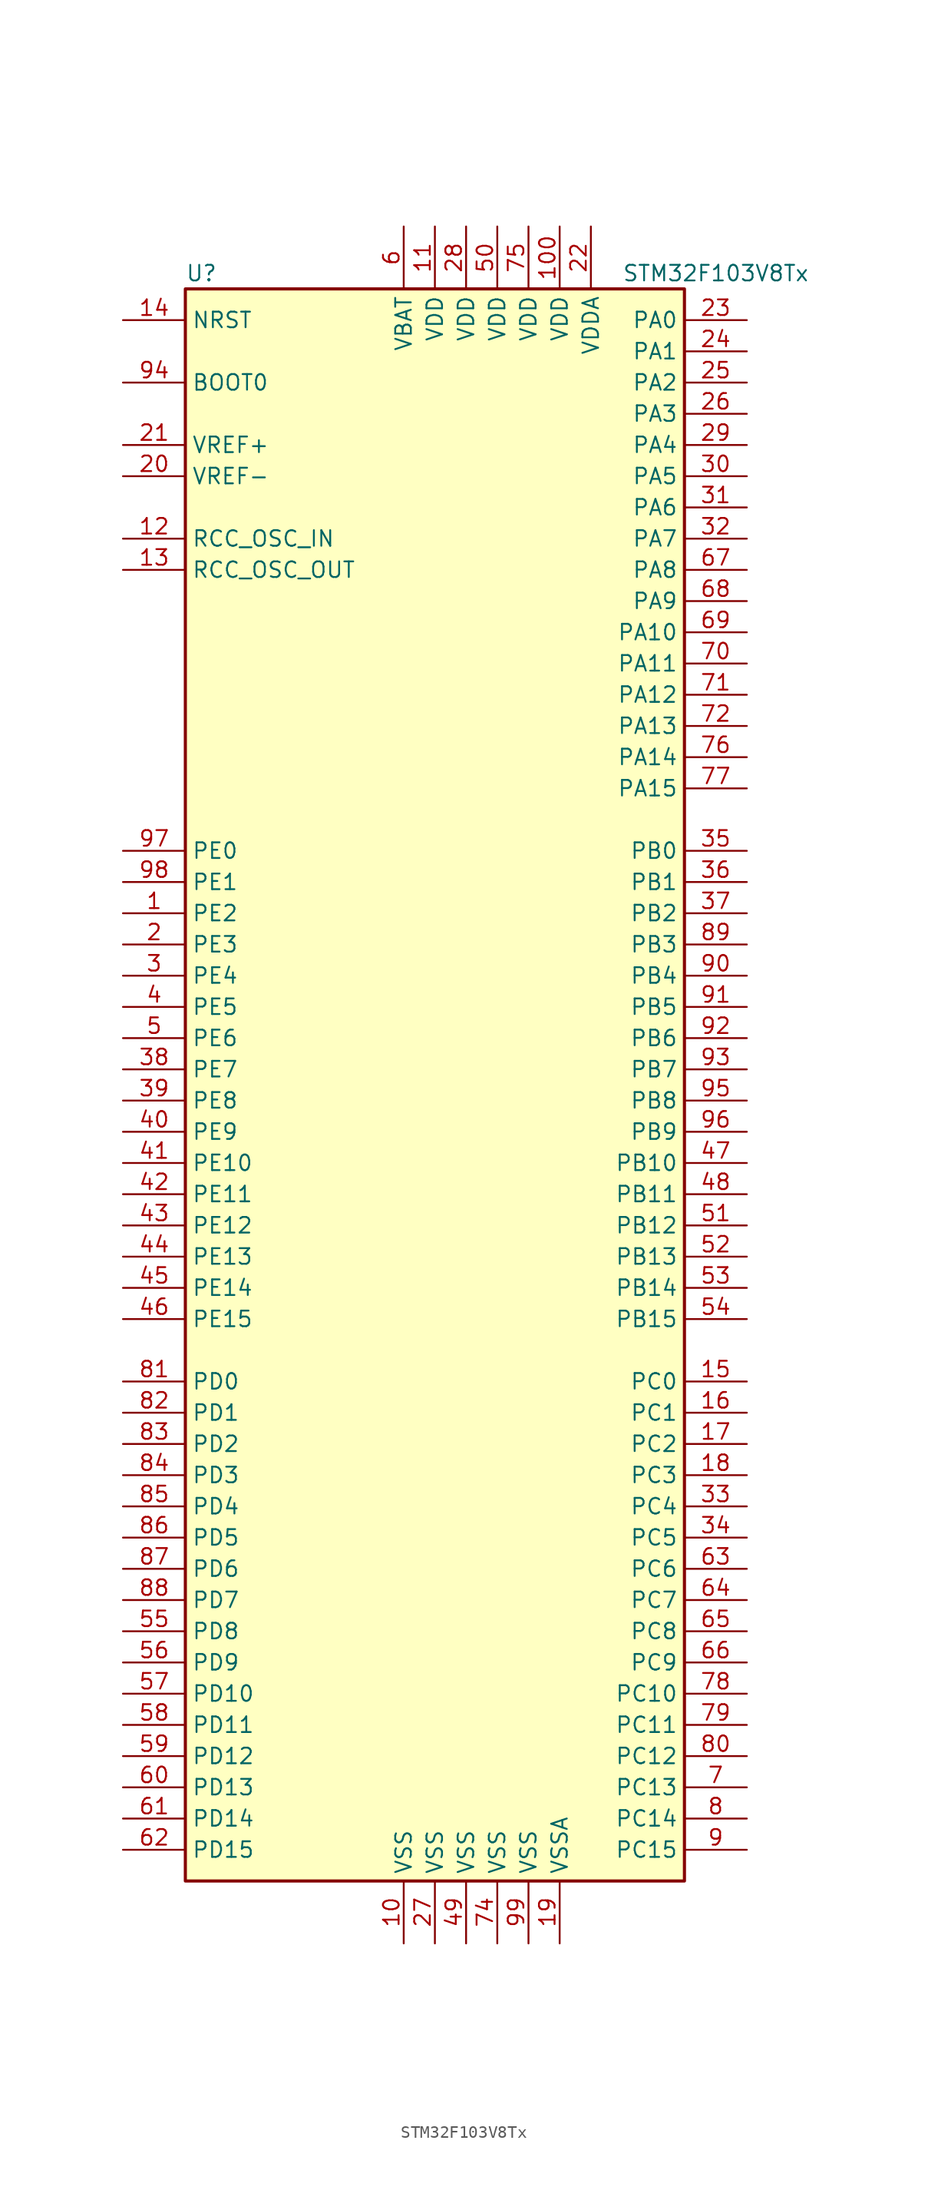
<source format=kicad_sym>
(kicad_symbol_lib
  (version 20201005)
  (generator kicad_symbol_editor)
  (symbol "STM32F103V8Tx"
    (property "Reference" "U"
      (at -20.32 64.77 0)
      (effects (font (size 1.27 1.27)) (justify left)))
    (property "Value" "STM32F103V8Tx"
      (at 15.24 64.77 0)
      (effects (font (size 1.27 1.27)) (justify left)))
    (symbol "STM32F103V8Tx_0_1"
      (rectangle (start -20.32 -66.04) (end 20.32 63.5) (stroke (width 0.254)) (fill (type background))))
    (symbol "STM32F103V8Tx_1_1"
      (pin bidirectional line (at -25.4 12.7 0) (length 5.08) (name "PE2" (effects (font (size 1.27 1.27)))) (number "1" (effects (font (size 1.27 1.27)))))
      (pin power_in line (at -2.54 -71.12 90) (length 5.08) (name "VSS" (effects (font (size 1.27 1.27)))) (number "10" (effects (font (size 1.27 1.27)))))
      (pin power_in line (at 10.16 68.58 270) (length 5.08) (name "VDD" (effects (font (size 1.27 1.27)))) (number "100" (effects (font (size 1.27 1.27)))))
      (pin power_in line (at 0 68.58 270) (length 5.08) (name "VDD" (effects (font (size 1.27 1.27)))) (number "11" (effects (font (size 1.27 1.27)))))
      (pin input line (at -25.4 43.18 0) (length 5.08) (name "RCC_OSC_IN" (effects (font (size 1.27 1.27)))) (number "12" (effects (font (size 1.27 1.27)))))
      (pin input line (at -25.4 40.64 0) (length 5.08) (name "RCC_OSC_OUT" (effects (font (size 1.27 1.27)))) (number "13" (effects (font (size 1.27 1.27)))))
      (pin input line (at -25.4 60.96 0) (length 5.08) (name "NRST" (effects (font (size 1.27 1.27)))) (number "14" (effects (font (size 1.27 1.27)))))
      (pin bidirectional line (at 25.4 -25.4 180) (length 5.08) (name "PC0" (effects (font (size 1.27 1.27)))) (number "15" (effects (font (size 1.27 1.27)))))
      (pin bidirectional line (at 25.4 -27.94 180) (length 5.08) (name "PC1" (effects (font (size 1.27 1.27)))) (number "16" (effects (font (size 1.27 1.27)))))
      (pin bidirectional line (at 25.4 -30.48 180) (length 5.08) (name "PC2" (effects (font (size 1.27 1.27)))) (number "17" (effects (font (size 1.27 1.27)))))
      (pin bidirectional line (at 25.4 -33.02 180) (length 5.08) (name "PC3" (effects (font (size 1.27 1.27)))) (number "18" (effects (font (size 1.27 1.27)))))
      (pin power_in line (at 10.16 -71.12 90) (length 5.08) (name "VSSA" (effects (font (size 1.27 1.27)))) (number "19" (effects (font (size 1.27 1.27)))))
      (pin bidirectional line (at -25.4 10.16 0) (length 5.08) (name "PE3" (effects (font (size 1.27 1.27)))) (number "2" (effects (font (size 1.27 1.27)))))
      (pin power_in line (at -25.4 48.26 0) (length 5.08) (name "VREF-" (effects (font (size 1.27 1.27)))) (number "20" (effects (font (size 1.27 1.27)))))
      (pin power_in line (at -25.4 50.8 0) (length 5.08) (name "VREF+" (effects (font (size 1.27 1.27)))) (number "21" (effects (font (size 1.27 1.27)))))
      (pin power_in line (at 12.7 68.58 270) (length 5.08) (name "VDDA" (effects (font (size 1.27 1.27)))) (number "22" (effects (font (size 1.27 1.27)))))
      (pin bidirectional line (at 25.4 60.96 180) (length 5.08) (name "PA0" (effects (font (size 1.27 1.27)))) (number "23" (effects (font (size 1.27 1.27)))))
      (pin bidirectional line (at 25.4 58.42 180) (length 5.08) (name "PA1" (effects (font (size 1.27 1.27)))) (number "24" (effects (font (size 1.27 1.27)))))
      (pin bidirectional line (at 25.4 55.88 180) (length 5.08) (name "PA2" (effects (font (size 1.27 1.27)))) (number "25" (effects (font (size 1.27 1.27)))))
      (pin bidirectional line (at 25.4 53.34 180) (length 5.08) (name "PA3" (effects (font (size 1.27 1.27)))) (number "26" (effects (font (size 1.27 1.27)))))
      (pin power_in line (at 0 -71.12 90) (length 5.08) (name "VSS" (effects (font (size 1.27 1.27)))) (number "27" (effects (font (size 1.27 1.27)))))
      (pin power_in line (at 2.54 68.58 270) (length 5.08) (name "VDD" (effects (font (size 1.27 1.27)))) (number "28" (effects (font (size 1.27 1.27)))))
      (pin bidirectional line (at 25.4 50.8 180) (length 5.08) (name "PA4" (effects (font (size 1.27 1.27)))) (number "29" (effects (font (size 1.27 1.27)))))
      (pin bidirectional line (at -25.4 7.62 0) (length 5.08) (name "PE4" (effects (font (size 1.27 1.27)))) (number "3" (effects (font (size 1.27 1.27)))))
      (pin bidirectional line (at 25.4 48.26 180) (length 5.08) (name "PA5" (effects (font (size 1.27 1.27)))) (number "30" (effects (font (size 1.27 1.27)))))
      (pin bidirectional line (at 25.4 45.72 180) (length 5.08) (name "PA6" (effects (font (size 1.27 1.27)))) (number "31" (effects (font (size 1.27 1.27)))))
      (pin bidirectional line (at 25.4 43.18 180) (length 5.08) (name "PA7" (effects (font (size 1.27 1.27)))) (number "32" (effects (font (size 1.27 1.27)))))
      (pin bidirectional line (at 25.4 -35.56 180) (length 5.08) (name "PC4" (effects (font (size 1.27 1.27)))) (number "33" (effects (font (size 1.27 1.27)))))
      (pin bidirectional line (at 25.4 -38.1 180) (length 5.08) (name "PC5" (effects (font (size 1.27 1.27)))) (number "34" (effects (font (size 1.27 1.27)))))
      (pin bidirectional line (at 25.4 17.78 180) (length 5.08) (name "PB0" (effects (font (size 1.27 1.27)))) (number "35" (effects (font (size 1.27 1.27)))))
      (pin bidirectional line (at 25.4 15.24 180) (length 5.08) (name "PB1" (effects (font (size 1.27 1.27)))) (number "36" (effects (font (size 1.27 1.27)))))
      (pin bidirectional line (at 25.4 12.7 180) (length 5.08) (name "PB2" (effects (font (size 1.27 1.27)))) (number "37" (effects (font (size 1.27 1.27)))))
      (pin bidirectional line (at -25.4 0 0) (length 5.08) (name "PE7" (effects (font (size 1.27 1.27)))) (number "38" (effects (font (size 1.27 1.27)))))
      (pin bidirectional line (at -25.4 -2.54 0) (length 5.08) (name "PE8" (effects (font (size 1.27 1.27)))) (number "39" (effects (font (size 1.27 1.27)))))
      (pin bidirectional line (at -25.4 5.08 0) (length 5.08) (name "PE5" (effects (font (size 1.27 1.27)))) (number "4" (effects (font (size 1.27 1.27)))))
      (pin bidirectional line (at -25.4 -5.08 0) (length 5.08) (name "PE9" (effects (font (size 1.27 1.27)))) (number "40" (effects (font (size 1.27 1.27)))))
      (pin bidirectional line (at -25.4 -7.62 0) (length 5.08) (name "PE10" (effects (font (size 1.27 1.27)))) (number "41" (effects (font (size 1.27 1.27)))))
      (pin bidirectional line (at -25.4 -10.16 0) (length 5.08) (name "PE11" (effects (font (size 1.27 1.27)))) (number "42" (effects (font (size 1.27 1.27)))))
      (pin bidirectional line (at -25.4 -12.7 0) (length 5.08) (name "PE12" (effects (font (size 1.27 1.27)))) (number "43" (effects (font (size 1.27 1.27)))))
      (pin bidirectional line (at -25.4 -15.24 0) (length 5.08) (name "PE13" (effects (font (size 1.27 1.27)))) (number "44" (effects (font (size 1.27 1.27)))))
      (pin bidirectional line (at -25.4 -17.78 0) (length 5.08) (name "PE14" (effects (font (size 1.27 1.27)))) (number "45" (effects (font (size 1.27 1.27)))))
      (pin bidirectional line (at -25.4 -20.32 0) (length 5.08) (name "PE15" (effects (font (size 1.27 1.27)))) (number "46" (effects (font (size 1.27 1.27)))))
      (pin bidirectional line (at 25.4 -7.62 180) (length 5.08) (name "PB10" (effects (font (size 1.27 1.27)))) (number "47" (effects (font (size 1.27 1.27)))))
      (pin bidirectional line (at 25.4 -10.16 180) (length 5.08) (name "PB11" (effects (font (size 1.27 1.27)))) (number "48" (effects (font (size 1.27 1.27)))))
      (pin power_in line (at 2.54 -71.12 90) (length 5.08) (name "VSS" (effects (font (size 1.27 1.27)))) (number "49" (effects (font (size 1.27 1.27)))))
      (pin bidirectional line (at -25.4 2.54 0) (length 5.08) (name "PE6" (effects (font (size 1.27 1.27)))) (number "5" (effects (font (size 1.27 1.27)))))
      (pin power_in line (at 5.08 68.58 270) (length 5.08) (name "VDD" (effects (font (size 1.27 1.27)))) (number "50" (effects (font (size 1.27 1.27)))))
      (pin bidirectional line (at 25.4 -12.7 180) (length 5.08) (name "PB12" (effects (font (size 1.27 1.27)))) (number "51" (effects (font (size 1.27 1.27)))))
      (pin bidirectional line (at 25.4 -15.24 180) (length 5.08) (name "PB13" (effects (font (size 1.27 1.27)))) (number "52" (effects (font (size 1.27 1.27)))))
      (pin bidirectional line (at 25.4 -17.78 180) (length 5.08) (name "PB14" (effects (font (size 1.27 1.27)))) (number "53" (effects (font (size 1.27 1.27)))))
      (pin bidirectional line (at 25.4 -20.32 180) (length 5.08) (name "PB15" (effects (font (size 1.27 1.27)))) (number "54" (effects (font (size 1.27 1.27)))))
      (pin bidirectional line (at -25.4 -45.72 0) (length 5.08) (name "PD8" (effects (font (size 1.27 1.27)))) (number "55" (effects (font (size 1.27 1.27)))))
      (pin bidirectional line (at -25.4 -48.26 0) (length 5.08) (name "PD9" (effects (font (size 1.27 1.27)))) (number "56" (effects (font (size 1.27 1.27)))))
      (pin bidirectional line (at -25.4 -50.8 0) (length 5.08) (name "PD10" (effects (font (size 1.27 1.27)))) (number "57" (effects (font (size 1.27 1.27)))))
      (pin bidirectional line (at -25.4 -53.34 0) (length 5.08) (name "PD11" (effects (font (size 1.27 1.27)))) (number "58" (effects (font (size 1.27 1.27)))))
      (pin bidirectional line (at -25.4 -55.88 0) (length 5.08) (name "PD12" (effects (font (size 1.27 1.27)))) (number "59" (effects (font (size 1.27 1.27)))))
      (pin power_in line (at -2.54 68.58 270) (length 5.08) (name "VBAT" (effects (font (size 1.27 1.27)))) (number "6" (effects (font (size 1.27 1.27)))))
      (pin bidirectional line (at -25.4 -58.42 0) (length 5.08) (name "PD13" (effects (font (size 1.27 1.27)))) (number "60" (effects (font (size 1.27 1.27)))))
      (pin bidirectional line (at -25.4 -60.96 0) (length 5.08) (name "PD14" (effects (font (size 1.27 1.27)))) (number "61" (effects (font (size 1.27 1.27)))))
      (pin bidirectional line (at -25.4 -63.5 0) (length 5.08) (name "PD15" (effects (font (size 1.27 1.27)))) (number "62" (effects (font (size 1.27 1.27)))))
      (pin bidirectional line (at 25.4 -40.64 180) (length 5.08) (name "PC6" (effects (font (size 1.27 1.27)))) (number "63" (effects (font (size 1.27 1.27)))))
      (pin bidirectional line (at 25.4 -43.18 180) (length 5.08) (name "PC7" (effects (font (size 1.27 1.27)))) (number "64" (effects (font (size 1.27 1.27)))))
      (pin bidirectional line (at 25.4 -45.72 180) (length 5.08) (name "PC8" (effects (font (size 1.27 1.27)))) (number "65" (effects (font (size 1.27 1.27)))))
      (pin bidirectional line (at 25.4 -48.26 180) (length 5.08) (name "PC9" (effects (font (size 1.27 1.27)))) (number "66" (effects (font (size 1.27 1.27)))))
      (pin bidirectional line (at 25.4 40.64 180) (length 5.08) (name "PA8" (effects (font (size 1.27 1.27)))) (number "67" (effects (font (size 1.27 1.27)))))
      (pin bidirectional line (at 25.4 38.1 180) (length 5.08) (name "PA9" (effects (font (size 1.27 1.27)))) (number "68" (effects (font (size 1.27 1.27)))))
      (pin bidirectional line (at 25.4 35.56 180) (length 5.08) (name "PA10" (effects (font (size 1.27 1.27)))) (number "69" (effects (font (size 1.27 1.27)))))
      (pin bidirectional line (at 25.4 -58.42 180) (length 5.08) (name "PC13" (effects (font (size 1.27 1.27)))) (number "7" (effects (font (size 1.27 1.27)))))
      (pin bidirectional line (at 25.4 33.02 180) (length 5.08) (name "PA11" (effects (font (size 1.27 1.27)))) (number "70" (effects (font (size 1.27 1.27)))))
      (pin bidirectional line (at 25.4 30.48 180) (length 5.08) (name "PA12" (effects (font (size 1.27 1.27)))) (number "71" (effects (font (size 1.27 1.27)))))
      (pin bidirectional line (at 25.4 27.94 180) (length 5.08) (name "PA13" (effects (font (size 1.27 1.27)))) (number "72" (effects (font (size 1.27 1.27)))))
      (pin no_connect line (at -20.32 -63.5 0) (length 5.08) hide (name "NC" (effects (font (size 1.27 1.27)))) (number "73" (effects (font (size 1.27 1.27)))))
      (pin power_in line (at 5.08 -71.12 90) (length 5.08) (name "VSS" (effects (font (size 1.27 1.27)))) (number "74" (effects (font (size 1.27 1.27)))))
      (pin power_in line (at 7.62 68.58 270) (length 5.08) (name "VDD" (effects (font (size 1.27 1.27)))) (number "75" (effects (font (size 1.27 1.27)))))
      (pin bidirectional line (at 25.4 25.4 180) (length 5.08) (name "PA14" (effects (font (size 1.27 1.27)))) (number "76" (effects (font (size 1.27 1.27)))))
      (pin bidirectional line (at 25.4 22.86 180) (length 5.08) (name "PA15" (effects (font (size 1.27 1.27)))) (number "77" (effects (font (size 1.27 1.27)))))
      (pin bidirectional line (at 25.4 -50.8 180) (length 5.08) (name "PC10" (effects (font (size 1.27 1.27)))) (number "78" (effects (font (size 1.27 1.27)))))
      (pin bidirectional line (at 25.4 -53.34 180) (length 5.08) (name "PC11" (effects (font (size 1.27 1.27)))) (number "79" (effects (font (size 1.27 1.27)))))
      (pin bidirectional line (at 25.4 -60.96 180) (length 5.08) (name "PC14" (effects (font (size 1.27 1.27)))) (number "8" (effects (font (size 1.27 1.27)))))
      (pin bidirectional line (at 25.4 -55.88 180) (length 5.08) (name "PC12" (effects (font (size 1.27 1.27)))) (number "80" (effects (font (size 1.27 1.27)))))
      (pin bidirectional line (at -25.4 -25.4 0) (length 5.08) (name "PD0" (effects (font (size 1.27 1.27)))) (number "81" (effects (font (size 1.27 1.27)))))
      (pin bidirectional line (at -25.4 -27.94 0) (length 5.08) (name "PD1" (effects (font (size 1.27 1.27)))) (number "82" (effects (font (size 1.27 1.27)))))
      (pin bidirectional line (at -25.4 -30.48 0) (length 5.08) (name "PD2" (effects (font (size 1.27 1.27)))) (number "83" (effects (font (size 1.27 1.27)))))
      (pin bidirectional line (at -25.4 -33.02 0) (length 5.08) (name "PD3" (effects (font (size 1.27 1.27)))) (number "84" (effects (font (size 1.27 1.27)))))
      (pin bidirectional line (at -25.4 -35.56 0) (length 5.08) (name "PD4" (effects (font (size 1.27 1.27)))) (number "85" (effects (font (size 1.27 1.27)))))
      (pin bidirectional line (at -25.4 -38.1 0) (length 5.08) (name "PD5" (effects (font (size 1.27 1.27)))) (number "86" (effects (font (size 1.27 1.27)))))
      (pin bidirectional line (at -25.4 -40.64 0) (length 5.08) (name "PD6" (effects (font (size 1.27 1.27)))) (number "87" (effects (font (size 1.27 1.27)))))
      (pin bidirectional line (at -25.4 -43.18 0) (length 5.08) (name "PD7" (effects (font (size 1.27 1.27)))) (number "88" (effects (font (size 1.27 1.27)))))
      (pin bidirectional line (at 25.4 10.16 180) (length 5.08) (name "PB3" (effects (font (size 1.27 1.27)))) (number "89" (effects (font (size 1.27 1.27)))))
      (pin bidirectional line (at 25.4 -63.5 180) (length 5.08) (name "PC15" (effects (font (size 1.27 1.27)))) (number "9" (effects (font (size 1.27 1.27)))))
      (pin bidirectional line (at 25.4 7.62 180) (length 5.08) (name "PB4" (effects (font (size 1.27 1.27)))) (number "90" (effects (font (size 1.27 1.27)))))
      (pin bidirectional line (at 25.4 5.08 180) (length 5.08) (name "PB5" (effects (font (size 1.27 1.27)))) (number "91" (effects (font (size 1.27 1.27)))))
      (pin bidirectional line (at 25.4 2.54 180) (length 5.08) (name "PB6" (effects (font (size 1.27 1.27)))) (number "92" (effects (font (size 1.27 1.27)))))
      (pin bidirectional line (at 25.4 0 180) (length 5.08) (name "PB7" (effects (font (size 1.27 1.27)))) (number "93" (effects (font (size 1.27 1.27)))))
      (pin input line (at -25.4 55.88 0) (length 5.08) (name "BOOT0" (effects (font (size 1.27 1.27)))) (number "94" (effects (font (size 1.27 1.27)))))
      (pin bidirectional line (at 25.4 -2.54 180) (length 5.08) (name "PB8" (effects (font (size 1.27 1.27)))) (number "95" (effects (font (size 1.27 1.27)))))
      (pin bidirectional line (at 25.4 -5.08 180) (length 5.08) (name "PB9" (effects (font (size 1.27 1.27)))) (number "96" (effects (font (size 1.27 1.27)))))
      (pin bidirectional line (at -25.4 17.78 0) (length 5.08) (name "PE0" (effects (font (size 1.27 1.27)))) (number "97" (effects (font (size 1.27 1.27)))))
      (pin bidirectional line (at -25.4 15.24 0) (length 5.08) (name "PE1" (effects (font (size 1.27 1.27)))) (number "98" (effects (font (size 1.27 1.27)))))
      (pin power_in line (at 7.62 -71.12 90) (length 5.08) (name "VSS" (effects (font (size 1.27 1.27)))) (number "99" (effects (font (size 1.27 1.27))))))))
</source>
